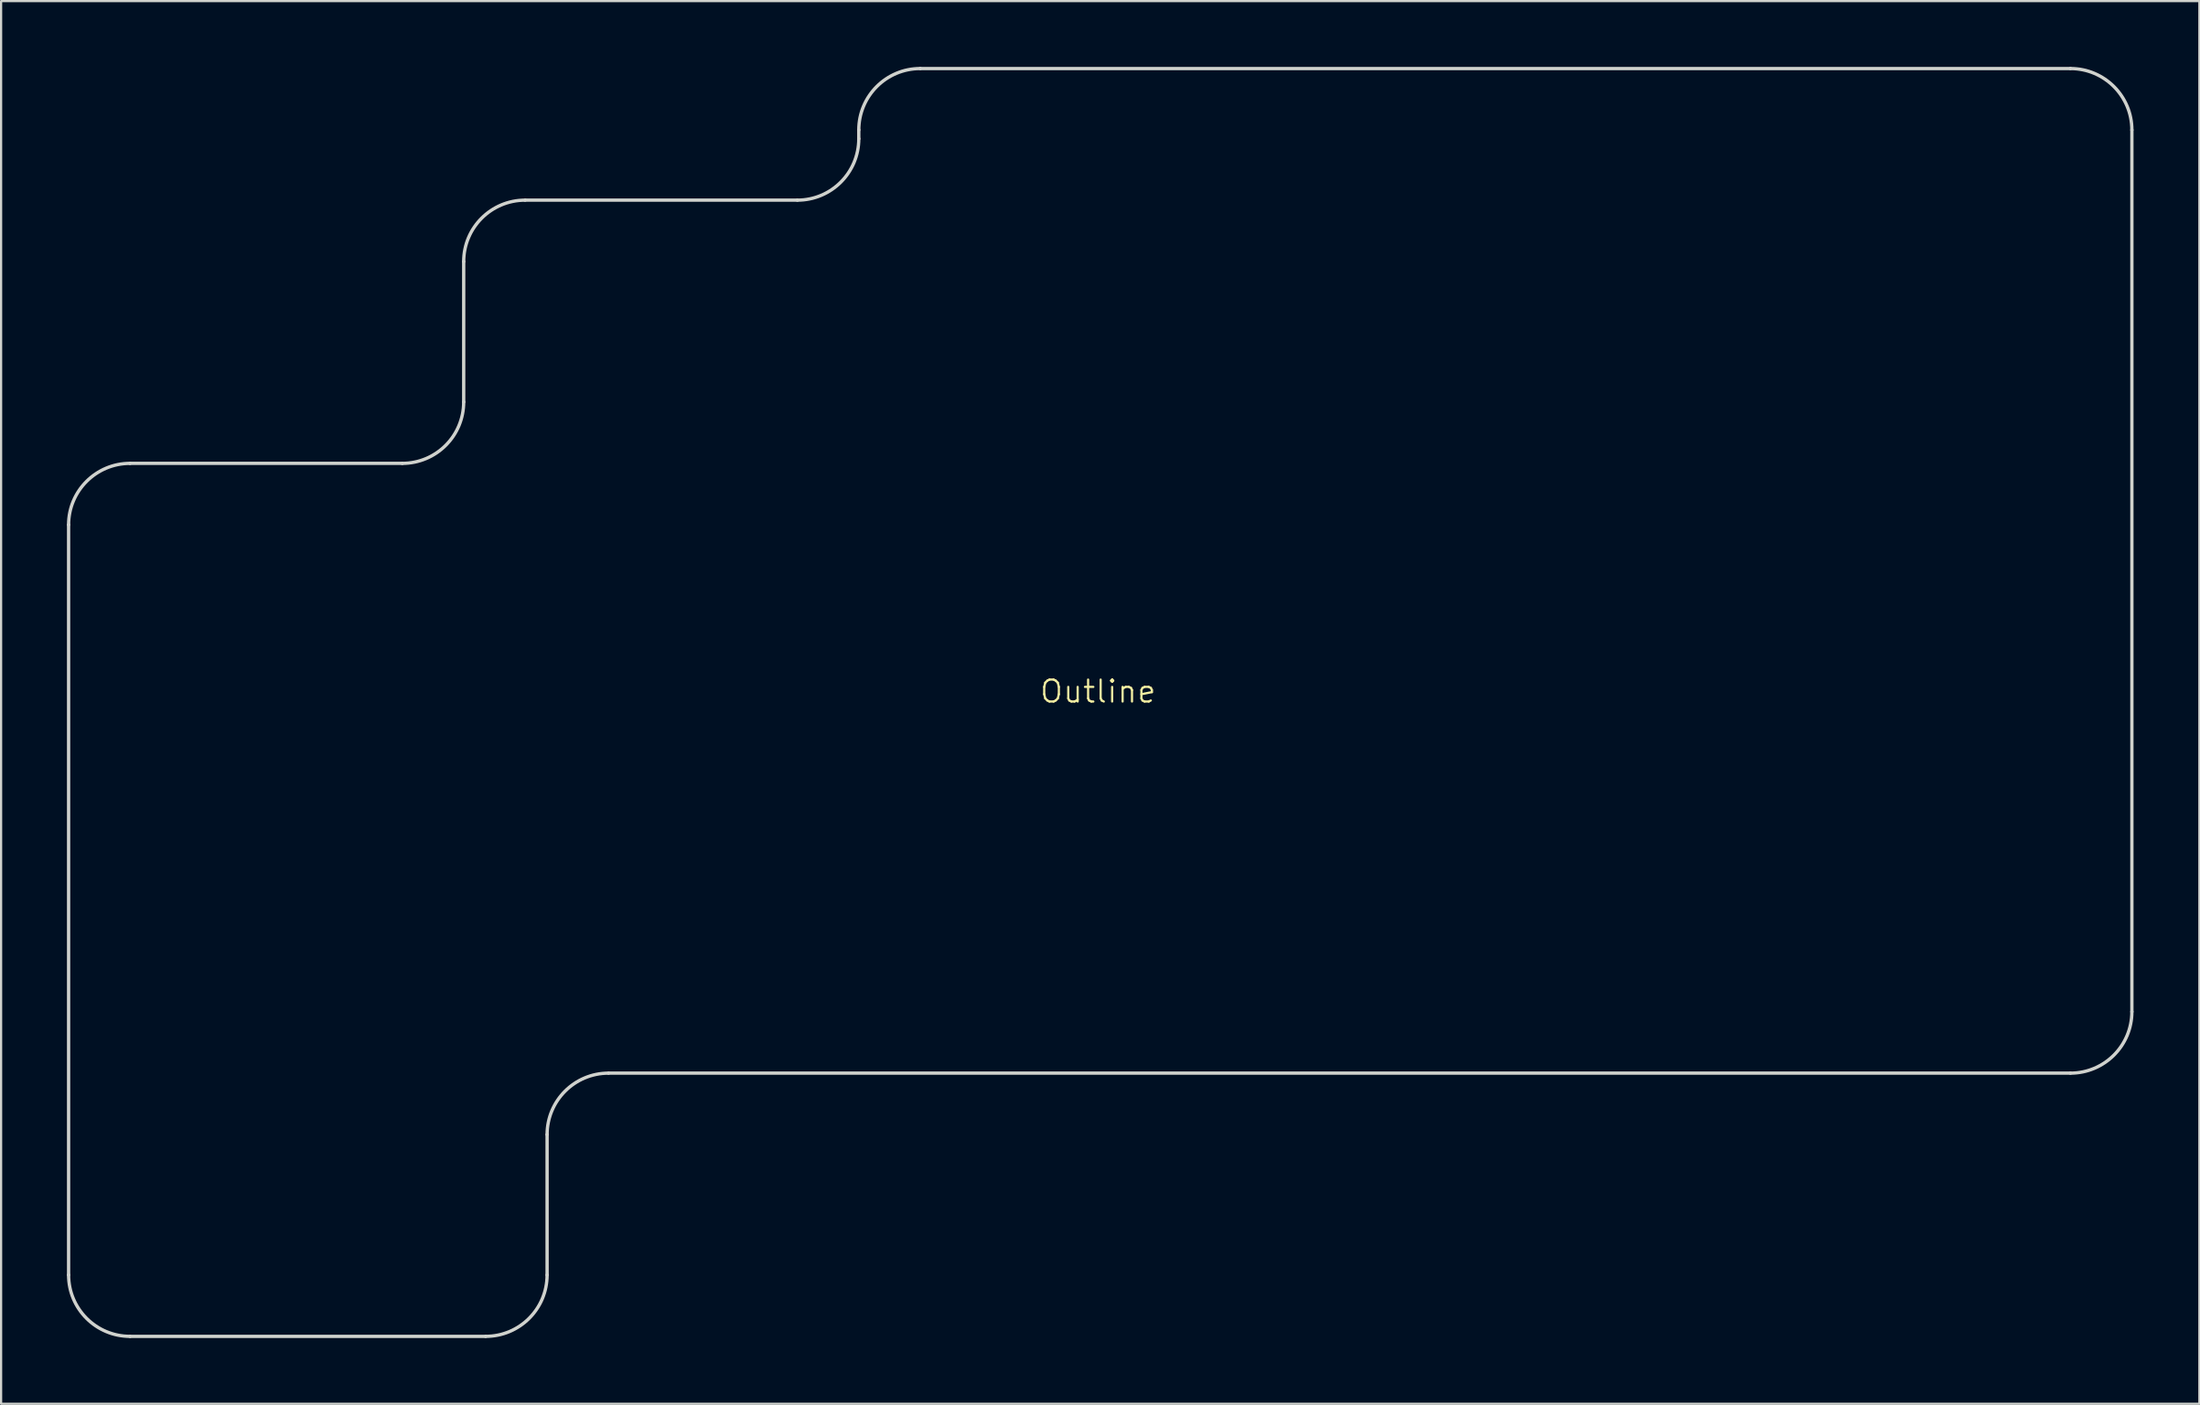
<source format=kicad_pcb>
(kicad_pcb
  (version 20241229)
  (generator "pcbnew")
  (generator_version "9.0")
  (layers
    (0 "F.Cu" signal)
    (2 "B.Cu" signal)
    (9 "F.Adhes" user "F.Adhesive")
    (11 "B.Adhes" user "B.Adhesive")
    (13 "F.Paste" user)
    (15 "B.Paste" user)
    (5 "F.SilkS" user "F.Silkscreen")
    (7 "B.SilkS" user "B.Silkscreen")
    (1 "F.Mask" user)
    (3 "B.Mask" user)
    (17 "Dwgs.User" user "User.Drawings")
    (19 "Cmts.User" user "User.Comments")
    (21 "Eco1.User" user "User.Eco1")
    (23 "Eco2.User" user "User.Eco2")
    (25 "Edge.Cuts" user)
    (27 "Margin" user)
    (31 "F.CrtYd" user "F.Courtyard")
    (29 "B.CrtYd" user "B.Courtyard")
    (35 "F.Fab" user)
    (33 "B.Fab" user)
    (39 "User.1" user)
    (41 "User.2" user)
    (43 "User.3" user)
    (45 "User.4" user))
  (footprint "Outline"
    (layer "F.Cu")
    (at 46.975 28.975)
    (property "Reference" "Outline" (at 0 -0.5 0) (unlocked yes) (layer "F.SilkS") (effects (font (size 1 1) (thickness 0.1))))
    (attr board_only exclude_from_pos_files exclude_from_bom)
    (fp_line (start -46.9 26.1) (end -46.9 -8.1) (stroke (width 0.15) (type default)) (layer "Edge.Cuts"))
    (fp_line (start -44.1 -10.9) (end -31.7 -10.9) (stroke (width 0.15) (type default)) (layer "Edge.Cuts"))
    (fp_line (start -44.1 28.9) (end -27.9 28.9) (stroke (width 0.15) (type default)) (layer "Edge.Cuts"))
    (fp_line (start -28.9 -13.7) (end -28.9 -20.1) (stroke (width 0.15) (type default)) (layer "Edge.Cuts"))
    (fp_line (start -26.1 -22.9) (end -13.7 -22.9) (stroke (width 0.15) (type default)) (layer "Edge.Cuts"))
    (fp_line (start -25.1 26.1) (end -25.1 19.7) (stroke (width 0.15) (type default)) (layer "Edge.Cuts"))
    (fp_line (start -10.9 -25.7) (end -10.9 -26.1) (stroke (width 0.15) (type default)) (layer "Edge.Cuts"))
    (fp_line (start -8.1 -28.9) (end 44.3 -28.9) (stroke (width 0.15) (type default)) (layer "Edge.Cuts"))
    (fp_line (start 44.3 16.9) (end -22.3 16.9) (stroke (width 0.15) (type default)) (layer "Edge.Cuts"))
    (fp_line (start 47.1 14.1) (end 47.1 -26.1) (stroke (width 0.15) (type default)) (layer "Edge.Cuts"))
    (fp_arc (start -46.9 -8.1) (mid -46.079899 -10.079899) (end -44.1 -10.9) (stroke (width 0.15) (type default)) (layer "Edge.Cuts"))
    (fp_arc (start -44.1 28.9) (mid -46.079899 28.079899) (end -46.9 26.1) (stroke (width 0.15) (type default)) (layer "Edge.Cuts"))
    (fp_arc (start -28.9 -20.1) (mid -28.079899 -22.079899) (end -26.1 -22.9) (stroke (width 0.15) (type default)) (layer "Edge.Cuts"))
    (fp_arc (start -28.9 -13.7) (mid -29.720101 -11.720101) (end -31.7 -10.9) (stroke (width 0.15) (type default)) (layer "Edge.Cuts"))
    (fp_arc (start -25.1 19.7) (mid -24.279899 17.720101) (end -22.3 16.9) (stroke (width 0.15) (type default)) (layer "Edge.Cuts"))
    (fp_arc (start -25.1 26.1) (mid -25.920101 28.079899) (end -27.9 28.9) (stroke (width 0.15) (type default)) (layer "Edge.Cuts"))
    (fp_arc (start -10.9 -26.1) (mid -10.079899 -28.079899) (end -8.1 -28.9) (stroke (width 0.15) (type default)) (layer "Edge.Cuts"))
    (fp_arc (start -10.9 -25.7) (mid -11.720101 -23.720101) (end -13.7 -22.9) (stroke (width 0.15) (type default)) (layer "Edge.Cuts"))
    (fp_arc (start 44.3 -28.9) (mid 46.279899 -28.079899) (end 47.1 -26.1) (stroke (width 0.15) (type default)) (layer "Edge.Cuts"))
    (fp_arc (start 47.1 14.1) (mid 46.279899 16.079899) (end 44.3 16.9) (stroke (width 0.15) (type default)) (layer "Edge.Cuts")))
  (gr_rect
    (start -3 -3)
    (end 97.15 60.95)
    (stroke (width 0.1) (type default))
    (fill no)
    (layer "Edge.Cuts")))
</source>
